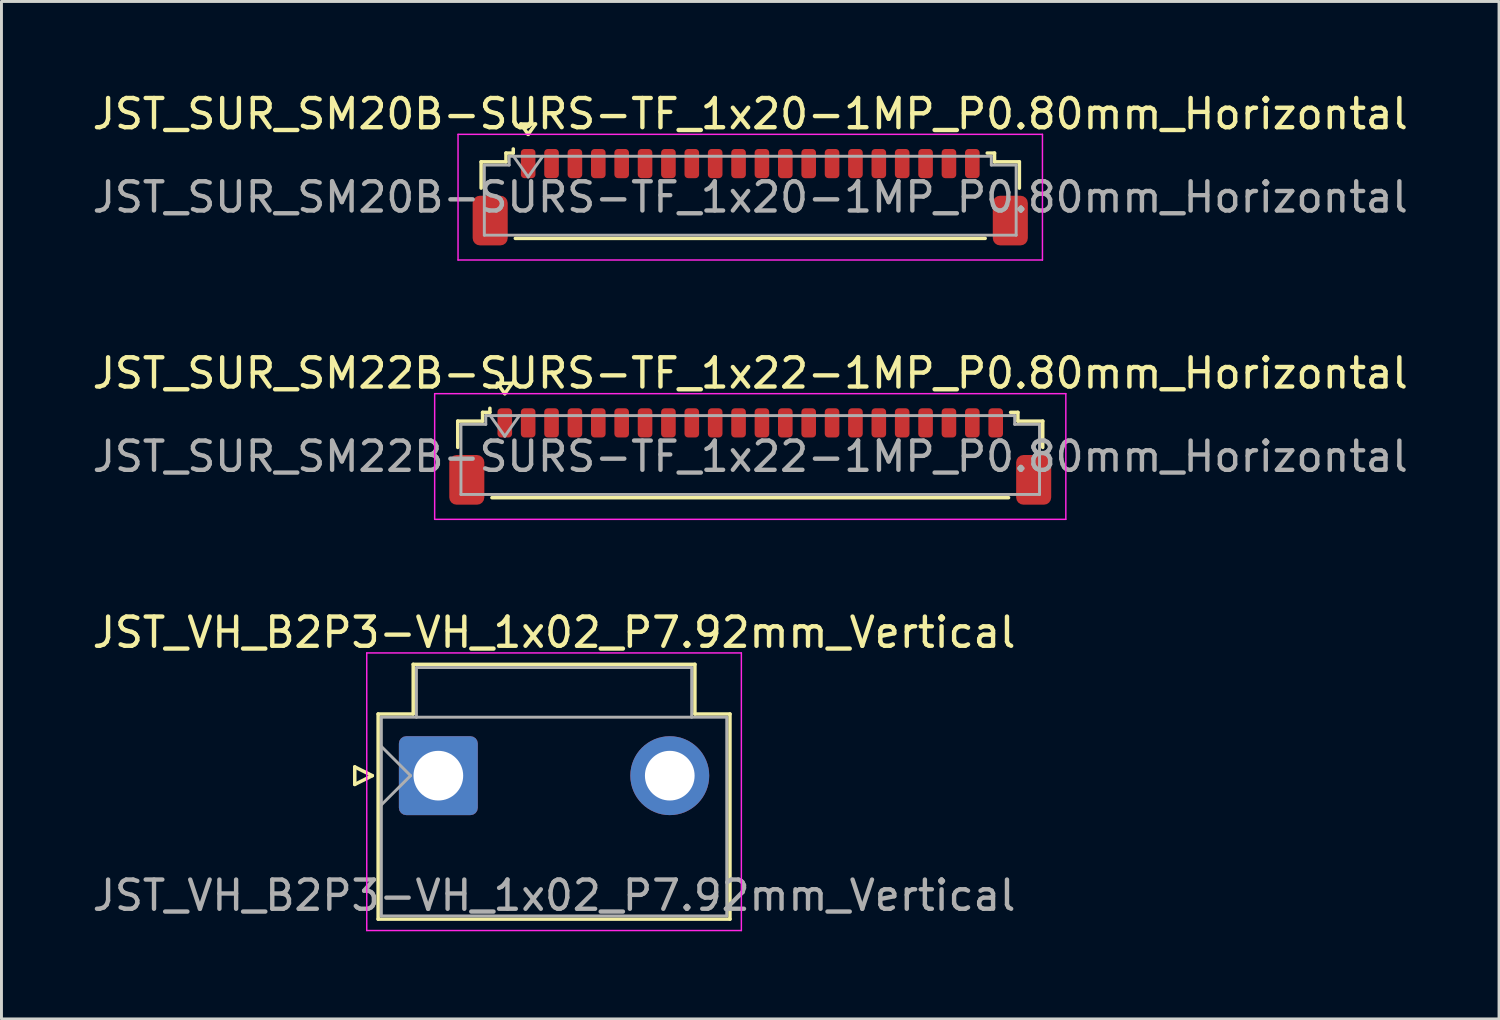
<source format=kicad_pcb>
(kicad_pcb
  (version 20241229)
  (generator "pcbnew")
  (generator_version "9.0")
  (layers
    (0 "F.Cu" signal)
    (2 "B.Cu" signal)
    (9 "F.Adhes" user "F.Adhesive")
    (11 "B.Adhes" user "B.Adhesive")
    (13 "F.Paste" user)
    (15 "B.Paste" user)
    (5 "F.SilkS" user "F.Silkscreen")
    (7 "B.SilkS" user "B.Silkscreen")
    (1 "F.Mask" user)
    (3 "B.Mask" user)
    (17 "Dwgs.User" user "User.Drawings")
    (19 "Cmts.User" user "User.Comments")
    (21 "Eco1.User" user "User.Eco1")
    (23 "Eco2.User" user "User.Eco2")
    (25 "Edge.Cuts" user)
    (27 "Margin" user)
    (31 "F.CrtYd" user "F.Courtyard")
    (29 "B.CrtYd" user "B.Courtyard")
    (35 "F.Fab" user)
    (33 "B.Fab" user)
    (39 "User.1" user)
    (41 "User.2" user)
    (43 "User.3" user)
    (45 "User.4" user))
  (footprint "JST_SUR_SM22B-SURS-TF_1x22-1MP_P0.80mm_Horizontal"
    (layer "F.Cu")
    (at 22.625 12.572)
    (property "Reference" "JST_SUR_SM22B-SURS-TF_1x22-1MP_P0.80mm_Horizontal" (at 0 -2.85 0) (layer "F.SilkS") (effects (font (size 1 1) (thickness 0.15))))
    (attr smd)
    (fp_line (start -10.01 -1.21) (end -9.16 -1.21) (stroke (width 0.12) (type solid)) (layer "F.SilkS"))
    (fp_line (start -10.01 -0.31) (end -10.01 -1.21) (stroke (width 0.12) (type solid)) (layer "F.SilkS"))
    (fp_line (start -9.16 -1.51) (end -8.91 -1.51) (stroke (width 0.12) (type solid)) (layer "F.SilkS"))
    (fp_line (start -9.16 -1.21) (end -9.16 -1.51) (stroke (width 0.12) (type solid)) (layer "F.SilkS"))
    (fp_line (start -8.91 -1.51) (end -8.91 -1.65) (stroke (width 0.12) (type solid)) (layer "F.SilkS"))
    (fp_line (start -8.84 1.41) (end 8.84 1.41) (stroke (width 0.12) (type solid)) (layer "F.SilkS"))
    (fp_line (start -8.65 -2.504) (end -8.4 -2.15) (stroke (width 0.12) (type solid)) (layer "F.SilkS"))
    (fp_line (start -8.4 -2.15) (end -8.15 -2.504) (stroke (width 0.12) (type solid)) (layer "F.SilkS"))
    (fp_line (start -8.15 -2.504) (end -8.65 -2.504) (stroke (width 0.12) (type solid)) (layer "F.SilkS"))
    (fp_line (start 9.16 -1.51) (end 8.91 -1.51) (stroke (width 0.12) (type solid)) (layer "F.SilkS"))
    (fp_line (start 9.16 -1.21) (end 9.16 -1.51) (stroke (width 0.12) (type solid)) (layer "F.SilkS"))
    (fp_line (start 10.01 -1.21) (end 9.16 -1.21) (stroke (width 0.12) (type solid)) (layer "F.SilkS"))
    (fp_line (start 10.01 -0.31) (end 10.01 -1.21) (stroke (width 0.12) (type solid)) (layer "F.SilkS"))
    (fp_line (start -10.8 -2.15) (end -10.8 2.15) (stroke (width 0.05) (type solid)) (layer "F.CrtYd"))
    (fp_line (start -10.8 2.15) (end 10.8 2.15) (stroke (width 0.05) (type solid)) (layer "F.CrtYd"))
    (fp_line (start 10.8 -2.15) (end -10.8 -2.15) (stroke (width 0.05) (type solid)) (layer "F.CrtYd"))
    (fp_line (start 10.8 2.15) (end 10.8 -2.15) (stroke (width 0.05) (type solid)) (layer "F.CrtYd"))
    (fp_line (start -9.9 -1.1) (end -9.9 1.3) (stroke (width 0.1) (type solid)) (layer "F.Fab"))
    (fp_line (start -9.9 -1.1) (end -9.05 -1.1) (stroke (width 0.1) (type solid)) (layer "F.Fab"))
    (fp_line (start -9.9 1.3) (end 9.9 1.3) (stroke (width 0.1) (type solid)) (layer "F.Fab"))
    (fp_line (start -9.05 -1.4) (end 9.05 -1.4) (stroke (width 0.1) (type solid)) (layer "F.Fab"))
    (fp_line (start -9.05 -1.1) (end -9.05 -1.4) (stroke (width 0.1) (type solid)) (layer "F.Fab"))
    (fp_line (start -8.9 -1.4) (end -8.4 -0.693) (stroke (width 0.1) (type solid)) (layer "F.Fab"))
    (fp_line (start -8.4 -0.693) (end -7.9 -1.4) (stroke (width 0.1) (type solid)) (layer "F.Fab"))
    (fp_line (start 9.05 -1.4) (end 9.05 -1.1) (stroke (width 0.1) (type solid)) (layer "F.Fab"))
    (fp_line (start 9.05 -1.1) (end 9.9 -1.1) (stroke (width 0.1) (type solid)) (layer "F.Fab"))
    (fp_line (start 9.9 -1.1) (end 9.9 1.3) (stroke (width 0.1) (type solid)) (layer "F.Fab"))
    (fp_text user "${REFERENCE}" (at 0 0 0) (layer "F.Fab") (effects (font (size 1 1) (thickness 0.15))))
    (pad "1" smd roundrect (at -8.4 -1.15) (size 0.5 1) (layers "F.Cu" "F.Mask" "F.Paste") (roundrect_rratio 0.25))
    (pad "2" smd roundrect (at -7.6 -1.15) (size 0.5 1) (layers "F.Cu" "F.Mask" "F.Paste") (roundrect_rratio 0.25))
    (pad "3" smd roundrect (at -6.8 -1.15) (size 0.5 1) (layers "F.Cu" "F.Mask" "F.Paste") (roundrect_rratio 0.25))
    (pad "4" smd roundrect (at -6 -1.15) (size 0.5 1) (layers "F.Cu" "F.Mask" "F.Paste") (roundrect_rratio 0.25))
    (pad "5" smd roundrect (at -5.2 -1.15) (size 0.5 1) (layers "F.Cu" "F.Mask" "F.Paste") (roundrect_rratio 0.25))
    (pad "6" smd roundrect (at -4.4 -1.15) (size 0.5 1) (layers "F.Cu" "F.Mask" "F.Paste") (roundrect_rratio 0.25))
    (pad "7" smd roundrect (at -3.6 -1.15) (size 0.5 1) (layers "F.Cu" "F.Mask" "F.Paste") (roundrect_rratio 0.25))
    (pad "8" smd roundrect (at -2.8 -1.15) (size 0.5 1) (layers "F.Cu" "F.Mask" "F.Paste") (roundrect_rratio 0.25))
    (pad "9" smd roundrect (at -2 -1.15) (size 0.5 1) (layers "F.Cu" "F.Mask" "F.Paste") (roundrect_rratio 0.25))
    (pad "10" smd roundrect (at -1.2 -1.15) (size 0.5 1) (layers "F.Cu" "F.Mask" "F.Paste") (roundrect_rratio 0.25))
    (pad "11" smd roundrect (at -0.4 -1.15) (size 0.5 1) (layers "F.Cu" "F.Mask" "F.Paste") (roundrect_rratio 0.25))
    (pad "12" smd roundrect (at 0.4 -1.15) (size 0.5 1) (layers "F.Cu" "F.Mask" "F.Paste") (roundrect_rratio 0.25))
    (pad "13" smd roundrect (at 1.2 -1.15) (size 0.5 1) (layers "F.Cu" "F.Mask" "F.Paste") (roundrect_rratio 0.25))
    (pad "14" smd roundrect (at 2 -1.15) (size 0.5 1) (layers "F.Cu" "F.Mask" "F.Paste") (roundrect_rratio 0.25))
    (pad "15" smd roundrect (at 2.8 -1.15) (size 0.5 1) (layers "F.Cu" "F.Mask" "F.Paste") (roundrect_rratio 0.25))
    (pad "16" smd roundrect (at 3.6 -1.15) (size 0.5 1) (layers "F.Cu" "F.Mask" "F.Paste") (roundrect_rratio 0.25))
    (pad "17" smd roundrect (at 4.4 -1.15) (size 0.5 1) (layers "F.Cu" "F.Mask" "F.Paste") (roundrect_rratio 0.25))
    (pad "18" smd roundrect (at 5.2 -1.15) (size 0.5 1) (layers "F.Cu" "F.Mask" "F.Paste") (roundrect_rratio 0.25))
    (pad "19" smd roundrect (at 6 -1.15) (size 0.5 1) (layers "F.Cu" "F.Mask" "F.Paste") (roundrect_rratio 0.25))
    (pad "20" smd roundrect (at 6.8 -1.15) (size 0.5 1) (layers "F.Cu" "F.Mask" "F.Paste") (roundrect_rratio 0.25))
    (pad "21" smd roundrect (at 7.6 -1.15) (size 0.5 1) (layers "F.Cu" "F.Mask" "F.Paste") (roundrect_rratio 0.25))
    (pad "22" smd roundrect (at 8.4 -1.15) (size 0.5 1) (layers "F.Cu" "F.Mask" "F.Paste") (roundrect_rratio 0.25))
    (pad "MP" smd roundrect (at -9.7 0.8) (size 1.2 1.7) (layers "F.Cu" "F.Mask" "F.Paste") (roundrect_rratio 0.208))
    (pad "MP" smd roundrect (at 9.7 0.8) (size 1.2 1.7) (layers "F.Cu" "F.Mask" "F.Paste") (roundrect_rratio 0.208)))
  (footprint "JST_VH_B2P3-VH_1x02_P7.92mm_Vertical"
    (layer "F.Cu")
    (at 11.951 23.495)
    (property "Reference" "JST_VH_B2P3-VH_1x02_P7.92mm_Vertical" (at 3.96 -4.9 0) (layer "F.SilkS") (effects (font (size 1 1) (thickness 0.15))))
    (attr through_hole)
    (fp_line (start -2.86 -0.3) (end -2.26 0) (stroke (width 0.12) (type solid)) (layer "F.SilkS"))
    (fp_line (start -2.86 0.3) (end -2.86 -0.3) (stroke (width 0.12) (type solid)) (layer "F.SilkS"))
    (fp_line (start -2.26 0) (end -2.86 0.3) (stroke (width 0.12) (type solid)) (layer "F.SilkS"))
    (fp_line (start -2.06 -2.11) (end -0.86 -2.11) (stroke (width 0.12) (type solid)) (layer "F.SilkS"))
    (fp_line (start -2.06 4.91) (end -2.06 -2.11) (stroke (width 0.12) (type solid)) (layer "F.SilkS"))
    (fp_line (start -0.86 -3.81) (end 8.78 -3.81) (stroke (width 0.12) (type solid)) (layer "F.SilkS"))
    (fp_line (start -0.86 -2.11) (end -0.86 -3.81) (stroke (width 0.12) (type solid)) (layer "F.SilkS"))
    (fp_line (start 8.78 -3.81) (end 8.78 -2.11) (stroke (width 0.12) (type solid)) (layer "F.SilkS"))
    (fp_line (start 8.78 -2.11) (end 9.98 -2.11) (stroke (width 0.12) (type solid)) (layer "F.SilkS"))
    (fp_line (start 9.98 -2.11) (end 9.98 4.91) (stroke (width 0.12) (type solid)) (layer "F.SilkS"))
    (fp_line (start 9.98 4.91) (end -2.06 4.91) (stroke (width 0.12) (type solid)) (layer "F.SilkS"))
    (fp_line (start -2.45 -4.2) (end -2.45 5.3) (stroke (width 0.05) (type solid)) (layer "F.CrtYd"))
    (fp_line (start -2.45 5.3) (end 10.37 5.3) (stroke (width 0.05) (type solid)) (layer "F.CrtYd"))
    (fp_line (start 10.37 -4.2) (end -2.45 -4.2) (stroke (width 0.05) (type solid)) (layer "F.CrtYd"))
    (fp_line (start 10.37 5.3) (end 10.37 -4.2) (stroke (width 0.05) (type solid)) (layer "F.CrtYd"))
    (fp_line (start -1.95 -2) (end -1.95 4.8) (stroke (width 0.1) (type solid)) (layer "F.Fab"))
    (fp_line (start -1.95 -1) (end -0.95 0) (stroke (width 0.1) (type solid)) (layer "F.Fab"))
    (fp_line (start -1.95 1) (end -0.95 0) (stroke (width 0.1) (type solid)) (layer "F.Fab"))
    (fp_line (start -1.95 4.8) (end 9.87 4.8) (stroke (width 0.1) (type solid)) (layer "F.Fab"))
    (fp_line (start -0.75 -3.7) (end 8.67 -3.7) (stroke (width 0.1) (type solid)) (layer "F.Fab"))
    (fp_line (start -0.75 -2) (end -0.75 -3.7) (stroke (width 0.1) (type solid)) (layer "F.Fab"))
    (fp_line (start 8.67 -3.7) (end 8.67 -2) (stroke (width 0.1) (type solid)) (layer "F.Fab"))
    (fp_line (start 9.87 -2) (end -1.95 -2) (stroke (width 0.1) (type solid)) (layer "F.Fab"))
    (fp_line (start 9.87 4.8) (end 9.87 -2) (stroke (width 0.1) (type solid)) (layer "F.Fab"))
    (fp_text user "${REFERENCE}" (at 3.96 4.1 0) (layer "F.Fab") (effects (font (size 1 1) (thickness 0.15))))
    (pad "1" thru_hole roundrect (at 0 0) (size 2.7 2.7) (drill 1.7) (layers "*.Cu" "*.Mask") (roundrect_rratio 0.093))
    (pad "2" thru_hole circle (at 7.92 0) (size 2.7 2.7) (drill 1.7) (layers "*.Cu" "*.Mask")))
  (footprint "JST_SUR_SM20B-SURS-TF_1x20-1MP_P0.80mm_Horizontal"
    (layer "F.Cu")
    (at 22.625 3.698)
    (property "Reference" "JST_SUR_SM20B-SURS-TF_1x20-1MP_P0.80mm_Horizontal" (at 0 -2.85 0) (layer "F.SilkS") (effects (font (size 1 1) (thickness 0.15))))
    (attr smd)
    (fp_line (start -9.21 -1.21) (end -8.36 -1.21) (stroke (width 0.12) (type solid)) (layer "F.SilkS"))
    (fp_line (start -9.21 -0.31) (end -9.21 -1.21) (stroke (width 0.12) (type solid)) (layer "F.SilkS"))
    (fp_line (start -8.36 -1.51) (end -8.11 -1.51) (stroke (width 0.12) (type solid)) (layer "F.SilkS"))
    (fp_line (start -8.36 -1.21) (end -8.36 -1.51) (stroke (width 0.12) (type solid)) (layer "F.SilkS"))
    (fp_line (start -8.11 -1.51) (end -8.11 -1.65) (stroke (width 0.12) (type solid)) (layer "F.SilkS"))
    (fp_line (start -8.04 1.41) (end 8.04 1.41) (stroke (width 0.12) (type solid)) (layer "F.SilkS"))
    (fp_line (start -7.85 -2.504) (end -7.6 -2.15) (stroke (width 0.12) (type solid)) (layer "F.SilkS"))
    (fp_line (start -7.6 -2.15) (end -7.35 -2.504) (stroke (width 0.12) (type solid)) (layer "F.SilkS"))
    (fp_line (start -7.35 -2.504) (end -7.85 -2.504) (stroke (width 0.12) (type solid)) (layer "F.SilkS"))
    (fp_line (start 8.36 -1.51) (end 8.11 -1.51) (stroke (width 0.12) (type solid)) (layer "F.SilkS"))
    (fp_line (start 8.36 -1.21) (end 8.36 -1.51) (stroke (width 0.12) (type solid)) (layer "F.SilkS"))
    (fp_line (start 9.21 -1.21) (end 8.36 -1.21) (stroke (width 0.12) (type solid)) (layer "F.SilkS"))
    (fp_line (start 9.21 -0.31) (end 9.21 -1.21) (stroke (width 0.12) (type solid)) (layer "F.SilkS"))
    (fp_line (start -10 -2.15) (end -10 2.15) (stroke (width 0.05) (type solid)) (layer "F.CrtYd"))
    (fp_line (start -10 2.15) (end 10 2.15) (stroke (width 0.05) (type solid)) (layer "F.CrtYd"))
    (fp_line (start 10 -2.15) (end -10 -2.15) (stroke (width 0.05) (type solid)) (layer "F.CrtYd"))
    (fp_line (start 10 2.15) (end 10 -2.15) (stroke (width 0.05) (type solid)) (layer "F.CrtYd"))
    (fp_line (start -9.1 -1.1) (end -9.1 1.3) (stroke (width 0.1) (type solid)) (layer "F.Fab"))
    (fp_line (start -9.1 -1.1) (end -8.25 -1.1) (stroke (width 0.1) (type solid)) (layer "F.Fab"))
    (fp_line (start -9.1 1.3) (end 9.1 1.3) (stroke (width 0.1) (type solid)) (layer "F.Fab"))
    (fp_line (start -8.25 -1.4) (end 8.25 -1.4) (stroke (width 0.1) (type solid)) (layer "F.Fab"))
    (fp_line (start -8.25 -1.1) (end -8.25 -1.4) (stroke (width 0.1) (type solid)) (layer "F.Fab"))
    (fp_line (start -8.1 -1.4) (end -7.6 -0.693) (stroke (width 0.1) (type solid)) (layer "F.Fab"))
    (fp_line (start -7.6 -0.693) (end -7.1 -1.4) (stroke (width 0.1) (type solid)) (layer "F.Fab"))
    (fp_line (start 8.25 -1.4) (end 8.25 -1.1) (stroke (width 0.1) (type solid)) (layer "F.Fab"))
    (fp_line (start 8.25 -1.1) (end 9.1 -1.1) (stroke (width 0.1) (type solid)) (layer "F.Fab"))
    (fp_line (start 9.1 -1.1) (end 9.1 1.3) (stroke (width 0.1) (type solid)) (layer "F.Fab"))
    (fp_text user "${REFERENCE}" (at 0 0 0) (layer "F.Fab") (effects (font (size 1 1) (thickness 0.15))))
    (pad "1" smd roundrect (at -7.6 -1.15) (size 0.5 1) (layers "F.Cu" "F.Mask" "F.Paste") (roundrect_rratio 0.25))
    (pad "2" smd roundrect (at -6.8 -1.15) (size 0.5 1) (layers "F.Cu" "F.Mask" "F.Paste") (roundrect_rratio 0.25))
    (pad "3" smd roundrect (at -6 -1.15) (size 0.5 1) (layers "F.Cu" "F.Mask" "F.Paste") (roundrect_rratio 0.25))
    (pad "4" smd roundrect (at -5.2 -1.15) (size 0.5 1) (layers "F.Cu" "F.Mask" "F.Paste") (roundrect_rratio 0.25))
    (pad "5" smd roundrect (at -4.4 -1.15) (size 0.5 1) (layers "F.Cu" "F.Mask" "F.Paste") (roundrect_rratio 0.25))
    (pad "6" smd roundrect (at -3.6 -1.15) (size 0.5 1) (layers "F.Cu" "F.Mask" "F.Paste") (roundrect_rratio 0.25))
    (pad "7" smd roundrect (at -2.8 -1.15) (size 0.5 1) (layers "F.Cu" "F.Mask" "F.Paste") (roundrect_rratio 0.25))
    (pad "8" smd roundrect (at -2 -1.15) (size 0.5 1) (layers "F.Cu" "F.Mask" "F.Paste") (roundrect_rratio 0.25))
    (pad "9" smd roundrect (at -1.2 -1.15) (size 0.5 1) (layers "F.Cu" "F.Mask" "F.Paste") (roundrect_rratio 0.25))
    (pad "10" smd roundrect (at -0.4 -1.15) (size 0.5 1) (layers "F.Cu" "F.Mask" "F.Paste") (roundrect_rratio 0.25))
    (pad "11" smd roundrect (at 0.4 -1.15) (size 0.5 1) (layers "F.Cu" "F.Mask" "F.Paste") (roundrect_rratio 0.25))
    (pad "12" smd roundrect (at 1.2 -1.15) (size 0.5 1) (layers "F.Cu" "F.Mask" "F.Paste") (roundrect_rratio 0.25))
    (pad "13" smd roundrect (at 2 -1.15) (size 0.5 1) (layers "F.Cu" "F.Mask" "F.Paste") (roundrect_rratio 0.25))
    (pad "14" smd roundrect (at 2.8 -1.15) (size 0.5 1) (layers "F.Cu" "F.Mask" "F.Paste") (roundrect_rratio 0.25))
    (pad "15" smd roundrect (at 3.6 -1.15) (size 0.5 1) (layers "F.Cu" "F.Mask" "F.Paste") (roundrect_rratio 0.25))
    (pad "16" smd roundrect (at 4.4 -1.15) (size 0.5 1) (layers "F.Cu" "F.Mask" "F.Paste") (roundrect_rratio 0.25))
    (pad "17" smd roundrect (at 5.2 -1.15) (size 0.5 1) (layers "F.Cu" "F.Mask" "F.Paste") (roundrect_rratio 0.25))
    (pad "18" smd roundrect (at 6 -1.15) (size 0.5 1) (layers "F.Cu" "F.Mask" "F.Paste") (roundrect_rratio 0.25))
    (pad "19" smd roundrect (at 6.8 -1.15) (size 0.5 1) (layers "F.Cu" "F.Mask" "F.Paste") (roundrect_rratio 0.25))
    (pad "20" smd roundrect (at 7.6 -1.15) (size 0.5 1) (layers "F.Cu" "F.Mask" "F.Paste") (roundrect_rratio 0.25))
    (pad "MP" smd roundrect (at -8.9 0.8) (size 1.2 1.7) (layers "F.Cu" "F.Mask" "F.Paste") (roundrect_rratio 0.208))
    (pad "MP" smd roundrect (at 8.9 0.8) (size 1.2 1.7) (layers "F.Cu" "F.Mask" "F.Paste") (roundrect_rratio 0.208)))
  (gr_rect
    (start -3 -3)
    (end 48.25 31.82)
    (stroke (width 0.1) (type default))
    (fill no)
    (layer "Edge.Cuts")))
</source>
